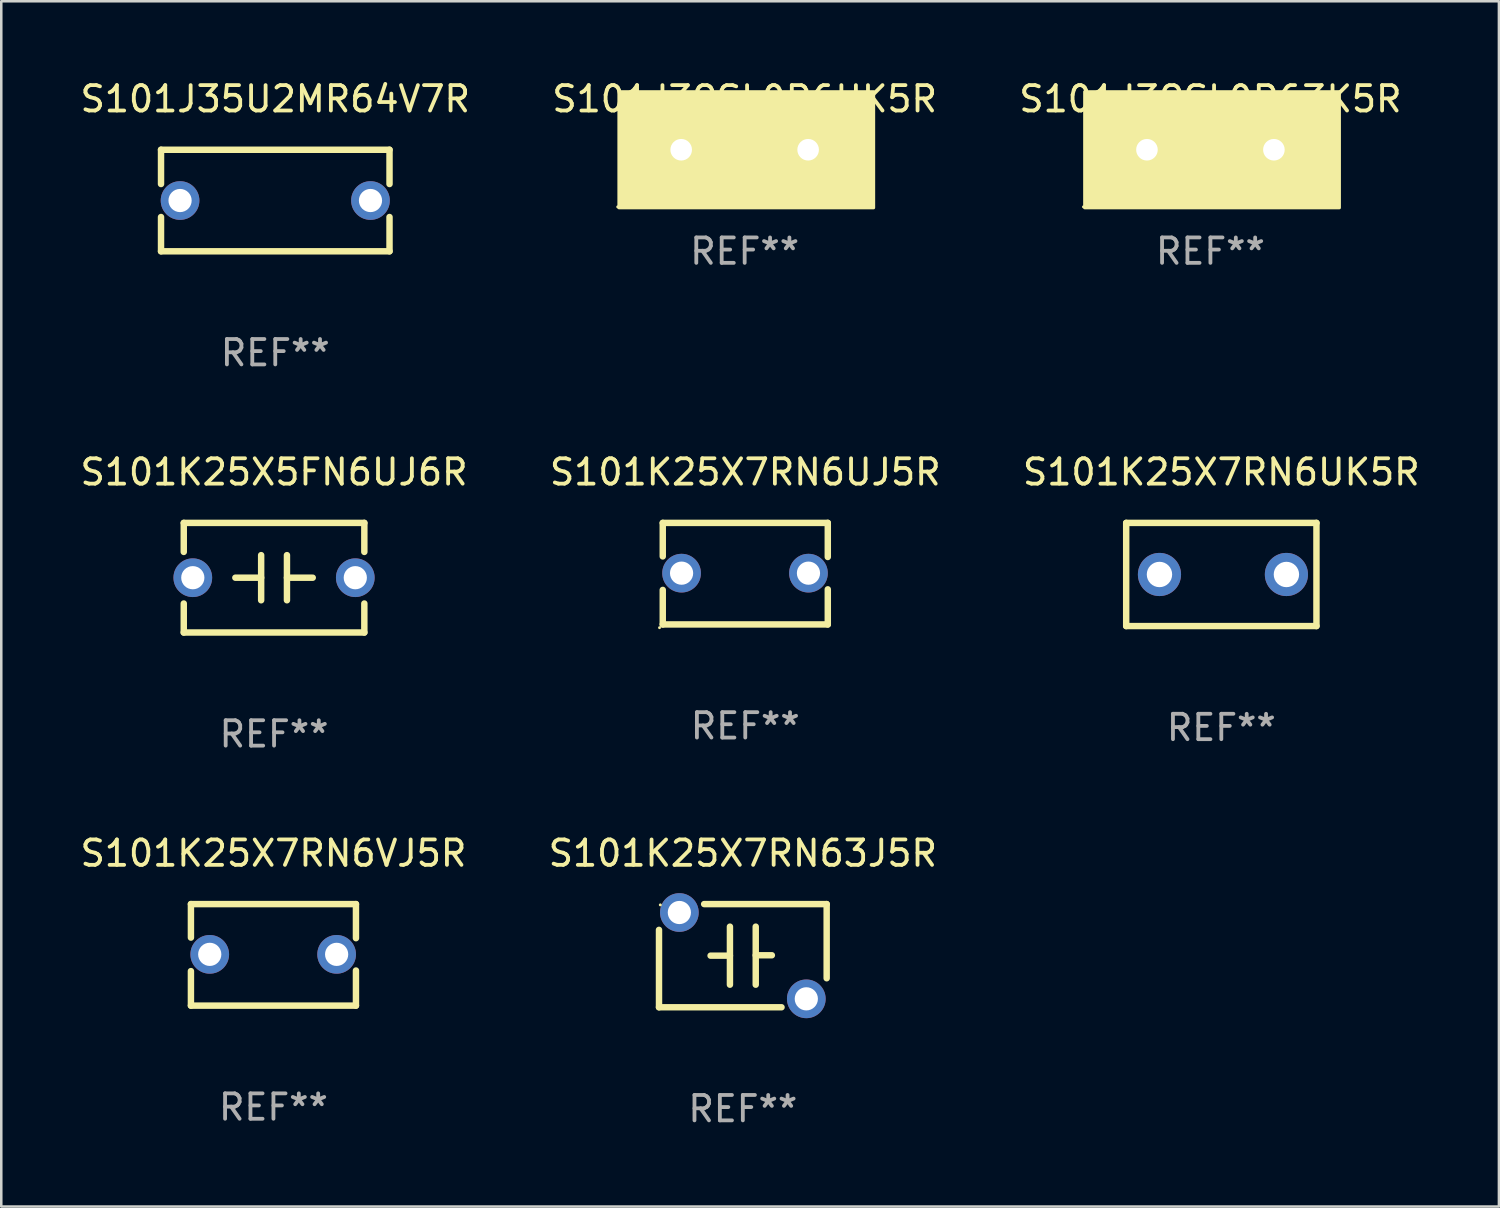
<source format=kicad_pcb>
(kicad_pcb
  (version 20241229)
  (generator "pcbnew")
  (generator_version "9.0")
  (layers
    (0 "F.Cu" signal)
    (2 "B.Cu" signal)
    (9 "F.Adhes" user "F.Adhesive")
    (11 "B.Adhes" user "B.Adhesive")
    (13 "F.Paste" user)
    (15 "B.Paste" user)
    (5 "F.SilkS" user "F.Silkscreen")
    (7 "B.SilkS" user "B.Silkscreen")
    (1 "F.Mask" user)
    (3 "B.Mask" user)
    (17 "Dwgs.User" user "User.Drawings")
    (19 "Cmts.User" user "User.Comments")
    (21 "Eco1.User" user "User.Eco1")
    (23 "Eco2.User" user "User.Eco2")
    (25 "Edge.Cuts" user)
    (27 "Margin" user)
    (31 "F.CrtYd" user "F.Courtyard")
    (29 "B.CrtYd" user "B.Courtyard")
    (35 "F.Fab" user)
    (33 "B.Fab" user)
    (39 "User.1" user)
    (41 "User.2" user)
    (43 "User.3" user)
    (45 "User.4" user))
  (footprint "S101K25X7RN6UK5R"
    (layer "F.Cu")
    (at 45.054 19.577)
    (property "Reference" "S101K25X7RN6UK5R" (at 0 -4.032 0) (layer "F.SilkS") (effects (font (size 1 1) (thickness 0.15))))
    (attr through_hole)
    (fp_line (start -3.747 -2.032) (end -3.747 2.032) (stroke (width 0.254) (type solid)) (layer "F.SilkS"))
    (fp_line (start -3.747 2.032) (end 3.747 2.032) (stroke (width 0.254) (type solid)) (layer "F.SilkS"))
    (fp_line (start 3.747 -2.032) (end -3.747 -2.032) (stroke (width 0.254) (type solid)) (layer "F.SilkS"))
    (fp_line (start 3.747 2.032) (end 3.747 -2.032) (stroke (width 0.254) (type solid)) (layer "F.SilkS"))
    (fp_circle (center -3.687 2) (end -3.657 2) (stroke (width 0.06) (type solid)) (fill no) (layer "F.SilkS"))
    (fp_text user "REF**" (at 0 6.032 0) (layer "F.Fab") (effects (font (size 1 1) (thickness 0.15))))
    (pad "1" thru_hole circle (at -2.436 0) (size 1.7 1.7) (drill 1) (layers "*.Cu" "*.Mask"))
    (pad "2" thru_hole circle (at 2.564 0) (size 1.7 1.7) (drill 1) (layers "*.Cu" "*.Mask")))
  (footprint "S101K25X7RN63J5R"
    (layer "F.Cu")
    (at 26.208 34.591)
    (property "Reference" "S101K25X7RN63J5R" (at 0 -4.032 0) (layer "F.SilkS") (effects (font (size 1 1) (thickness 0.15))))
    (attr through_hole)
    (fp_line (start -3.302 2.032) (end -3.302 -1.016) (stroke (width 0.254) (type solid)) (layer "F.SilkS"))
    (fp_line (start -3.302 2.032) (end 1.524 2.032) (stroke (width 0.254) (type solid)) (layer "F.SilkS"))
    (fp_line (start -1.524 -2.032) (end 3.302 -2.032) (stroke (width 0.254) (type solid)) (layer "F.SilkS"))
    (fp_line (start -1.27 0) (end -0.508 0) (stroke (width 0.254) (type solid)) (layer "F.SilkS"))
    (fp_line (start -0.508 1.143) (end -0.508 -1.143) (stroke (width 0.254) (type solid)) (layer "F.SilkS"))
    (fp_line (start 0.508 -0.016) (end 1.143 -0.016) (stroke (width 0.254) (type solid)) (layer "F.SilkS"))
    (fp_line (start 0.508 1.143) (end 0.508 -1.143) (stroke (width 0.254) (type solid)) (layer "F.SilkS"))
    (fp_line (start 3.302 -2.032) (end 3.302 0.889) (stroke (width 0.254) (type solid)) (layer "F.SilkS"))
    (fp_circle (center -3.25 -2) (end -3.22 -2) (stroke (width 0.06) (type solid)) (fill no) (layer "F.SilkS"))
    (fp_text user "REF**" (at 0 6.032 0) (layer "F.Fab") (effects (font (size 1 1) (thickness 0.15))))
    (pad "1" thru_hole circle (at -2.5 -1.7) (size 1.524 1.524) (drill 0.914) (layers "*.Cu" "*.Mask"))
    (pad "2" thru_hole circle (at 2.5 1.7) (size 1.524 1.524) (drill 0.914) (layers "*.Cu" "*.Mask")))
  (footprint "S101K25X7RN6UJ5R"
    (layer "F.Cu")
    (at 26.304 19.545)
    (property "Reference" "S101K25X7RN6UJ5R" (at 0 -4 0) (layer "F.SilkS") (effects (font (size 1 1) (thickness 0.15))))
    (attr through_hole)
    (fp_line (start -3.25 -2) (end -3.25 -0.68) (stroke (width 0.254) (type solid)) (layer "F.SilkS"))
    (fp_line (start -3.25 -2) (end 3.25 -2) (stroke (width 0.254) (type solid)) (layer "F.SilkS"))
    (fp_line (start -3.25 0.64) (end -3.25 2) (stroke (width 0.254) (type solid)) (layer "F.SilkS"))
    (fp_line (start 3.25 -2) (end 3.25 -0.657) (stroke (width 0.254) (type solid)) (layer "F.SilkS"))
    (fp_line (start 3.25 0.617) (end 3.25 2) (stroke (width 0.254) (type solid)) (layer "F.SilkS"))
    (fp_line (start 3.25 2) (end -3.25 2) (stroke (width 0.254) (type solid)) (layer "F.SilkS"))
    (fp_circle (center -3.377 2.127) (end -3.347 2.127) (stroke (width 0.06) (type solid)) (fill no) (layer "F.SilkS"))
    (fp_text user "REF**" (at 0 6 0) (layer "F.Fab") (effects (font (size 1 1) (thickness 0.15))))
    (pad "1" thru_hole circle (at -2.509 -0.02) (size 1.524 1.524) (drill 0.914) (layers "*.Cu" "*.Mask"))
    (pad "2" thru_hole circle (at 2.489 -0.02) (size 1.524 1.524) (drill 0.914) (layers "*.Cu" "*.Mask")))
  (footprint "S101K25X7RN6VJ5R"
    (layer "F.Cu")
    (at 7.72 34.559)
    (property "Reference" "S101K25X7RN6VJ5R" (at 0 -4 0) (layer "F.SilkS") (effects (font (size 1 1) (thickness 0.15))))
    (attr through_hole)
    (fp_line (start -3.25 -2) (end -3.25 -0.68) (stroke (width 0.254) (type solid)) (layer "F.SilkS"))
    (fp_line (start -3.25 -2) (end 3.25 -2) (stroke (width 0.254) (type solid)) (layer "F.SilkS"))
    (fp_line (start -3.25 0.64) (end -3.25 2) (stroke (width 0.254) (type solid)) (layer "F.SilkS"))
    (fp_line (start 3.25 -2) (end 3.25 -0.657) (stroke (width 0.254) (type solid)) (layer "F.SilkS"))
    (fp_line (start 3.25 0.617) (end 3.25 2) (stroke (width 0.254) (type solid)) (layer "F.SilkS"))
    (fp_line (start 3.25 2) (end -3.25 2) (stroke (width 0.254) (type solid)) (layer "F.SilkS"))
    (fp_circle (center -3.26 1.98) (end -3.23 1.98) (stroke (width 0.06) (type solid)) (fill no) (layer "F.SilkS"))
    (fp_text user "REF**" (at 0 6 0) (layer "F.Fab") (effects (font (size 1 1) (thickness 0.15))))
    (pad "1" thru_hole circle (at -2.509 -0.02) (size 1.524 1.524) (drill 0.914) (layers "*.Cu" "*.Mask"))
    (pad "2" thru_hole circle (at 2.489 -0.02) (size 1.524 1.524) (drill 0.914) (layers "*.Cu" "*.Mask")))
  (footprint "S101J35U2MR64V7R"
    (layer "F.Cu")
    (at 7.792 4.848)
    (property "Reference" "S101J35U2MR64V7R" (at 0 -4 0) (layer "F.SilkS") (effects (font (size 1 1) (thickness 0.15))))
    (attr through_hole)
    (fp_line (start -4.5 -2) (end -4.5 -0.65) (stroke (width 0.254) (type solid)) (layer "F.SilkS"))
    (fp_line (start -4.5 -2) (end 4.5 -2) (stroke (width 0.254) (type solid)) (layer "F.SilkS"))
    (fp_line (start -4.5 0.65) (end -4.5 2) (stroke (width 0.254) (type solid)) (layer "F.SilkS"))
    (fp_line (start -4.5 2) (end 4.5 2) (stroke (width 0.254) (type solid)) (layer "F.SilkS"))
    (fp_line (start 4.5 -2) (end 4.5 -0.65) (stroke (width 0.254) (type solid)) (layer "F.SilkS"))
    (fp_line (start 4.5 0.65) (end 4.5 2) (stroke (width 0.254) (type solid)) (layer "F.SilkS"))
    (fp_circle (center -4.5 2) (end -4.47 2) (stroke (width 0.06) (type solid)) (fill no) (layer "F.SilkS"))
    (fp_text user "REF**" (at 0 6 0) (layer "F.Fab") (effects (font (size 1 1) (thickness 0.15))))
    (pad "1" thru_hole circle (at -3.75 0) (size 1.524 1.524) (drill 0.914) (layers "*.Cu" "*.Mask"))
    (pad "2" thru_hole circle (at 3.75 0) (size 1.524 1.524) (drill 0.914) (layers "*.Cu" "*.Mask")))
  (footprint "S101K25X5FN6UJ6R"
    (layer "F.Cu")
    (at 7.744 19.704)
    (property "Reference" "S101K25X5FN6UJ6R" (at 0 -4.159 0) (layer "F.SilkS") (effects (font (size 1 1) (thickness 0.15))))
    (attr through_hole)
    (fp_line (start -3.556 -2.159) (end 3.556 -2.159) (stroke (width 0.254) (type solid)) (layer "F.SilkS"))
    (fp_line (start -3.556 -1.016) (end -3.556 -2.159) (stroke (width 0.254) (type solid)) (layer "F.SilkS"))
    (fp_line (start -3.556 2.159) (end -3.556 1.016) (stroke (width 0.254) (type solid)) (layer "F.SilkS"))
    (fp_line (start -0.508 -0.000025) (end -1.524 -0.000025) (stroke (width 0.254) (type solid)) (layer "F.SilkS"))
    (fp_line (start -0.508 0.889) (end -0.508 -0.889) (stroke (width 0.254) (type solid)) (layer "F.SilkS"))
    (fp_line (start 0.508 -0.889) (end 0.508 0.889) (stroke (width 0.254) (type solid)) (layer "F.SilkS"))
    (fp_line (start 0.508 0.000025) (end 1.524 0.000025) (stroke (width 0.254) (type solid)) (layer "F.SilkS"))
    (fp_line (start 3.556 -2.159) (end 3.556 -1.016) (stroke (width 0.254) (type solid)) (layer "F.SilkS"))
    (fp_line (start 3.556 1.016) (end 3.556 2.159) (stroke (width 0.254) (type solid)) (layer "F.SilkS"))
    (fp_line (start 3.556 2.159) (end -3.556 2.159) (stroke (width 0.254) (type solid)) (layer "F.SilkS"))
    (fp_circle (center -3.5 2) (end -3.47 2) (stroke (width 0.06) (type solid)) (fill no) (layer "F.SilkS"))
    (fp_text user "REF**" (at 0 6.159 0) (layer "F.Fab") (effects (font (size 1 1) (thickness 0.15))))
    (pad "1" thru_hole circle (at -3.2 0) (size 1.524 1.524) (drill 0.914) (layers "*.Cu" "*.Mask"))
    (pad "2" thru_hole circle (at 3.2 0) (size 1.524 1.524) (drill 0.914) (layers "*.Cu" "*.Mask")))
  (footprint "S101J39SL0P63K5R"
    (layer "F.Cu")
    (at 44.625 2.848)
    (property "Reference" "S101J39SL0P63K5R" (at 0 -2 0) (layer "F.SilkS") (effects (font (size 1 1) (thickness 0.15))))
    (attr through_hole)
    (fp_circle (center -5 2.25) (end -4.97 2.25) (stroke (width 0.06) (type solid)) (fill no) (layer "F.SilkS"))
    (fp_poly (pts (xy -4.953 -2.286) (xy 5.08 -2.286) (xy 5.08 2.286) (xy -4.953 2.286)) (stroke (width 0.12) (type solid)) (fill yes) (layer "F.SilkS"))
    (fp_text user "REF**" (at 0 4 0) (layer "F.Fab") (effects (font (size 1 1) (thickness 0.15))))
    (pad "1" thru_hole circle (at -2.5 0) (size 1.524 1.524) (drill 0.85) (layers "*.Cu" "*.Mask"))
    (pad "2" thru_hole circle (at 2.5 0) (size 1.524 1.524) (drill 0.85) (layers "*.Cu" "*.Mask")))
  (footprint "S101J39SL0P6UK5R"
    (layer "F.Cu")
    (at 26.28 2.848)
    (property "Reference" "S101J39SL0P6UK5R" (at 0 -2 0) (layer "F.SilkS") (effects (font (size 1 1) (thickness 0.15))))
    (attr through_hole)
    (fp_circle (center -5 2.25) (end -4.97 2.25) (stroke (width 0.06) (type solid)) (fill no) (layer "F.SilkS"))
    (fp_poly (pts (xy -4.953 -2.286) (xy 5.08 -2.286) (xy 5.08 2.286) (xy -4.953 2.286)) (stroke (width 0.12) (type solid)) (fill yes) (layer "F.SilkS"))
    (fp_text user "REF**" (at 0 4 0) (layer "F.Fab") (effects (font (size 1 1) (thickness 0.15))))
    (pad "1" thru_hole circle (at -2.5 0) (size 1.524 1.524) (drill 0.85) (layers "*.Cu" "*.Mask"))
    (pad "2" thru_hole circle (at 2.5 0) (size 1.524 1.524) (drill 0.85) (layers "*.Cu" "*.Mask")))
  (gr_rect
    (start -3 -3)
    (end 55.988 44.472)
    (stroke (width 0.1) (type default))
    (fill no)
    (layer "Edge.Cuts")))
</source>
